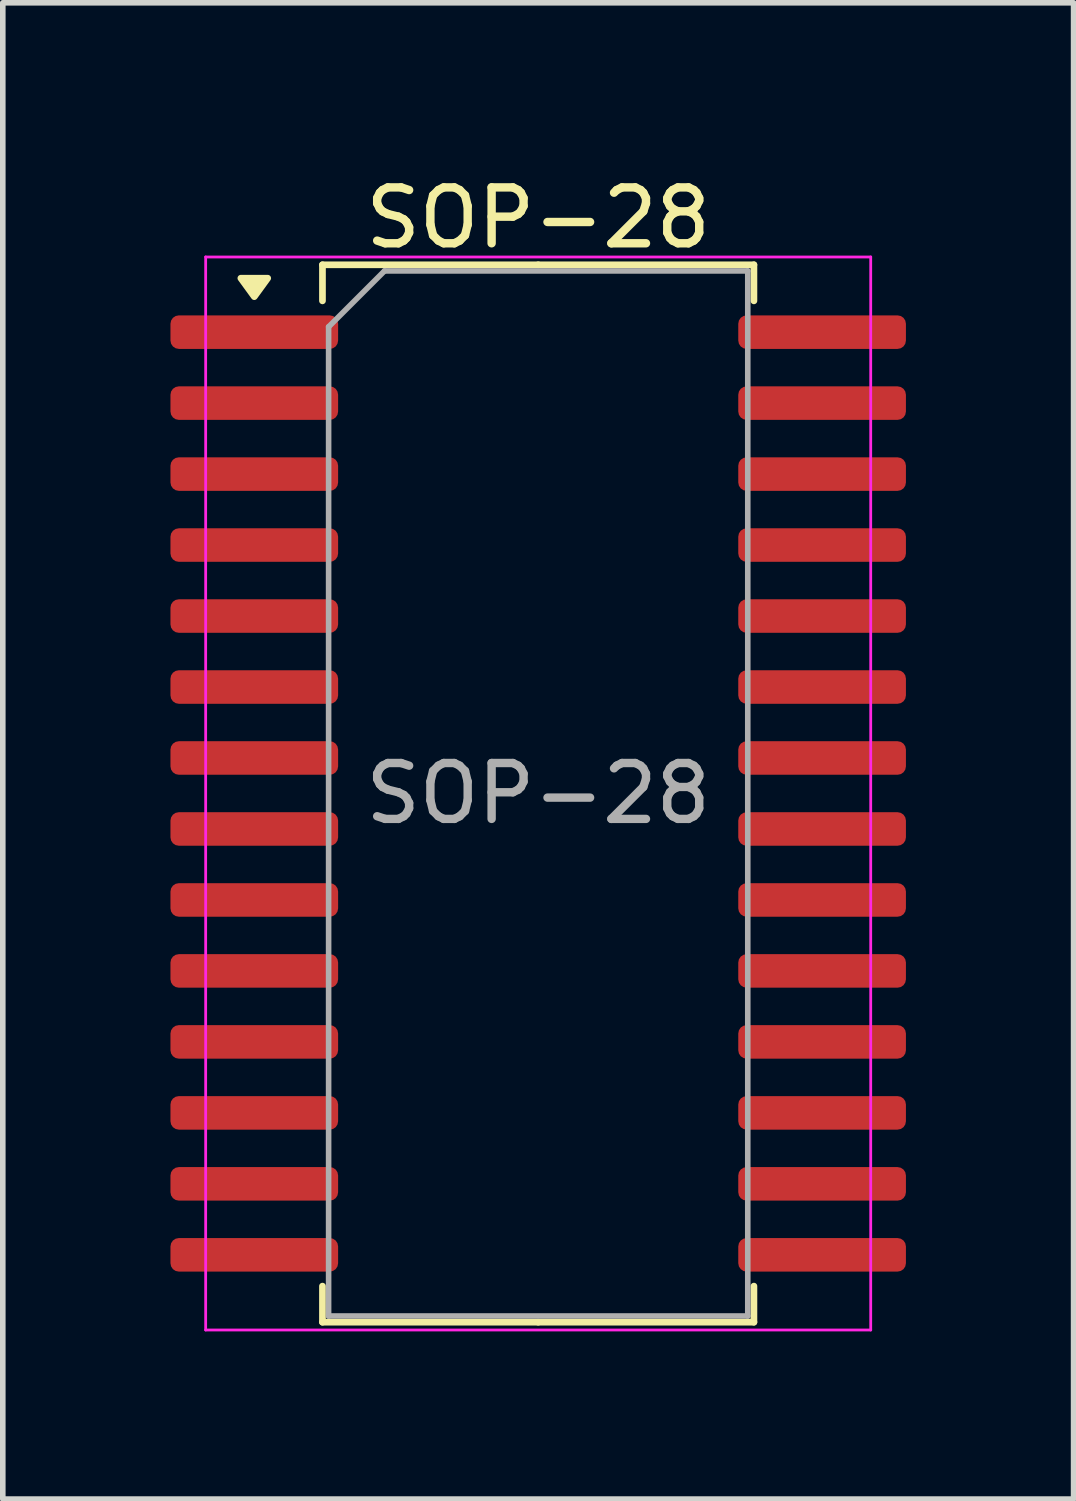
<source format=kicad_pcb>
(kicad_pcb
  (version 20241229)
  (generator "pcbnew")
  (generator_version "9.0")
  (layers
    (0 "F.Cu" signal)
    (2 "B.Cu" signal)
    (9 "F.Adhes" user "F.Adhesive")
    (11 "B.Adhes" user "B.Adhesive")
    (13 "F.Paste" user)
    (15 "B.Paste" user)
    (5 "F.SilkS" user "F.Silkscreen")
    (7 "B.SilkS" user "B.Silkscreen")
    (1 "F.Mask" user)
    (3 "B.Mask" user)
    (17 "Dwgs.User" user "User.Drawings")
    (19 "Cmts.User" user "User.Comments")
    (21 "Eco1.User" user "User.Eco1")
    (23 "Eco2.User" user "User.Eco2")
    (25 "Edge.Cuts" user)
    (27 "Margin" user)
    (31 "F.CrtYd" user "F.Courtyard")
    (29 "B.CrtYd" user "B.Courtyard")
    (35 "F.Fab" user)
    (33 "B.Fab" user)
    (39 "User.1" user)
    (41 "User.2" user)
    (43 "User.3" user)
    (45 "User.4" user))
  (footprint "SOP-28"
    (layer "F.Cu")
    (at 6.58 11.148)
    (property "Reference" "SOP-28" (at 0 -10.3 0) (layer "F.SilkS") (effects (font (size 1 1) (thickness 0.15))))
    (attr smd)
    (fp_line (start -3.86 -9.46) (end -3.86 -8.815) (stroke (width 0.12) (type solid)) (layer "F.SilkS"))
    (fp_line (start -3.86 9.46) (end -3.86 8.815) (stroke (width 0.12) (type solid)) (layer "F.SilkS"))
    (fp_line (start 0 -9.46) (end -3.86 -9.46) (stroke (width 0.12) (type solid)) (layer "F.SilkS"))
    (fp_line (start 0 -9.46) (end 3.86 -9.46) (stroke (width 0.12) (type solid)) (layer "F.SilkS"))
    (fp_line (start 0 9.46) (end -3.86 9.46) (stroke (width 0.12) (type solid)) (layer "F.SilkS"))
    (fp_line (start 0 9.46) (end 3.86 9.46) (stroke (width 0.12) (type solid)) (layer "F.SilkS"))
    (fp_line (start 3.86 -9.46) (end 3.86 -8.815) (stroke (width 0.12) (type solid)) (layer "F.SilkS"))
    (fp_line (start 3.86 9.46) (end 3.86 8.815) (stroke (width 0.12) (type solid)) (layer "F.SilkS"))
    (fp_poly (pts (xy -5.08 -8.89) (xy -5.32 -9.22) (xy -4.84 -9.22) (xy -5.08 -8.89)) (stroke (width 0.12) (type solid)) (fill yes) (layer "F.SilkS"))
    (fp_line (start -5.95 -9.6) (end -5.95 9.6) (stroke (width 0.05) (type solid)) (layer "F.CrtYd"))
    (fp_line (start -5.95 9.6) (end 5.95 9.6) (stroke (width 0.05) (type solid)) (layer "F.CrtYd"))
    (fp_line (start 5.95 -9.6) (end -5.95 -9.6) (stroke (width 0.05) (type solid)) (layer "F.CrtYd"))
    (fp_line (start 5.95 9.6) (end 5.95 -9.6) (stroke (width 0.05) (type solid)) (layer "F.CrtYd"))
    (fp_line (start -3.75 -8.35) (end -2.75 -9.35) (stroke (width 0.1) (type solid)) (layer "F.Fab"))
    (fp_line (start -3.75 9.35) (end -3.75 -8.35) (stroke (width 0.1) (type solid)) (layer "F.Fab"))
    (fp_line (start -2.75 -9.35) (end 3.75 -9.35) (stroke (width 0.1) (type solid)) (layer "F.Fab"))
    (fp_line (start 3.75 -9.35) (end 3.75 9.35) (stroke (width 0.1) (type solid)) (layer "F.Fab"))
    (fp_line (start 3.75 9.35) (end -3.75 9.35) (stroke (width 0.1) (type solid)) (layer "F.Fab"))
    (fp_text user "${REFERENCE}" (at 0 0 0) (layer "F.Fab") (effects (font (size 1 1) (thickness 0.15))))
    (pad "1" smd roundrect (at -5.08 -8.255) (size 3 0.6) (layers "F.Cu" "F.Mask" "F.Paste") (roundrect_rratio 0.25))
    (pad "2" smd roundrect (at -5.08 -6.985) (size 3 0.6) (layers "F.Cu" "F.Mask" "F.Paste") (roundrect_rratio 0.25))
    (pad "3" smd roundrect (at -5.08 -5.715) (size 3 0.6) (layers "F.Cu" "F.Mask" "F.Paste") (roundrect_rratio 0.25))
    (pad "4" smd roundrect (at -5.08 -4.445) (size 3 0.6) (layers "F.Cu" "F.Mask" "F.Paste") (roundrect_rratio 0.25))
    (pad "5" smd roundrect (at -5.08 -3.175) (size 3 0.6) (layers "F.Cu" "F.Mask" "F.Paste") (roundrect_rratio 0.25))
    (pad "6" smd roundrect (at -5.08 -1.905) (size 3 0.6) (layers "F.Cu" "F.Mask" "F.Paste") (roundrect_rratio 0.25))
    (pad "7" smd roundrect (at -5.08 -0.635) (size 3 0.6) (layers "F.Cu" "F.Mask" "F.Paste") (roundrect_rratio 0.25))
    (pad "8" smd roundrect (at -5.08 0.635) (size 3 0.6) (layers "F.Cu" "F.Mask" "F.Paste") (roundrect_rratio 0.25))
    (pad "9" smd roundrect (at -5.08 1.905) (size 3 0.6) (layers "F.Cu" "F.Mask" "F.Paste") (roundrect_rratio 0.25))
    (pad "10" smd roundrect (at -5.08 3.175) (size 3 0.6) (layers "F.Cu" "F.Mask" "F.Paste") (roundrect_rratio 0.25))
    (pad "11" smd roundrect (at -5.08 4.445) (size 3 0.6) (layers "F.Cu" "F.Mask" "F.Paste") (roundrect_rratio 0.25))
    (pad "12" smd roundrect (at -5.08 5.715) (size 3 0.6) (layers "F.Cu" "F.Mask" "F.Paste") (roundrect_rratio 0.25))
    (pad "13" smd roundrect (at -5.08 6.985) (size 3 0.6) (layers "F.Cu" "F.Mask" "F.Paste") (roundrect_rratio 0.25))
    (pad "14" smd roundrect (at -5.08 8.255) (size 3 0.6) (layers "F.Cu" "F.Mask" "F.Paste") (roundrect_rratio 0.25))
    (pad "15" smd roundrect (at 5.08 8.255) (size 3 0.6) (layers "F.Cu" "F.Mask" "F.Paste") (roundrect_rratio 0.25))
    (pad "16" smd roundrect (at 5.08 6.985) (size 3 0.6) (layers "F.Cu" "F.Mask" "F.Paste") (roundrect_rratio 0.25))
    (pad "17" smd roundrect (at 5.08 5.715) (size 3 0.6) (layers "F.Cu" "F.Mask" "F.Paste") (roundrect_rratio 0.25))
    (pad "18" smd roundrect (at 5.08 4.445) (size 3 0.6) (layers "F.Cu" "F.Mask" "F.Paste") (roundrect_rratio 0.25))
    (pad "19" smd roundrect (at 5.08 3.175) (size 3 0.6) (layers "F.Cu" "F.Mask" "F.Paste") (roundrect_rratio 0.25))
    (pad "20" smd roundrect (at 5.08 1.905) (size 3 0.6) (layers "F.Cu" "F.Mask" "F.Paste") (roundrect_rratio 0.25))
    (pad "21" smd roundrect (at 5.08 0.635) (size 3 0.6) (layers "F.Cu" "F.Mask" "F.Paste") (roundrect_rratio 0.25))
    (pad "22" smd roundrect (at 5.08 -0.635) (size 3 0.6) (layers "F.Cu" "F.Mask" "F.Paste") (roundrect_rratio 0.25))
    (pad "23" smd roundrect (at 5.08 -1.905) (size 3 0.6) (layers "F.Cu" "F.Mask" "F.Paste") (roundrect_rratio 0.25))
    (pad "24" smd roundrect (at 5.08 -3.175) (size 3 0.6) (layers "F.Cu" "F.Mask" "F.Paste") (roundrect_rratio 0.25))
    (pad "25" smd roundrect (at 5.08 -4.445) (size 3 0.6) (layers "F.Cu" "F.Mask" "F.Paste") (roundrect_rratio 0.25))
    (pad "26" smd roundrect (at 5.08 -5.715) (size 3 0.6) (layers "F.Cu" "F.Mask" "F.Paste") (roundrect_rratio 0.25))
    (pad "27" smd roundrect (at 5.08 -6.985) (size 3 0.6) (layers "F.Cu" "F.Mask" "F.Paste") (roundrect_rratio 0.25))
    (pad "28" smd roundrect (at 5.08 -8.255) (size 3 0.6) (layers "F.Cu" "F.Mask" "F.Paste") (roundrect_rratio 0.25)))
  (gr_rect
    (start -3 -3)
    (end 16.16 23.773)
    (stroke (width 0.1) (type default))
    (fill no)
    (layer "Edge.Cuts")))
</source>
